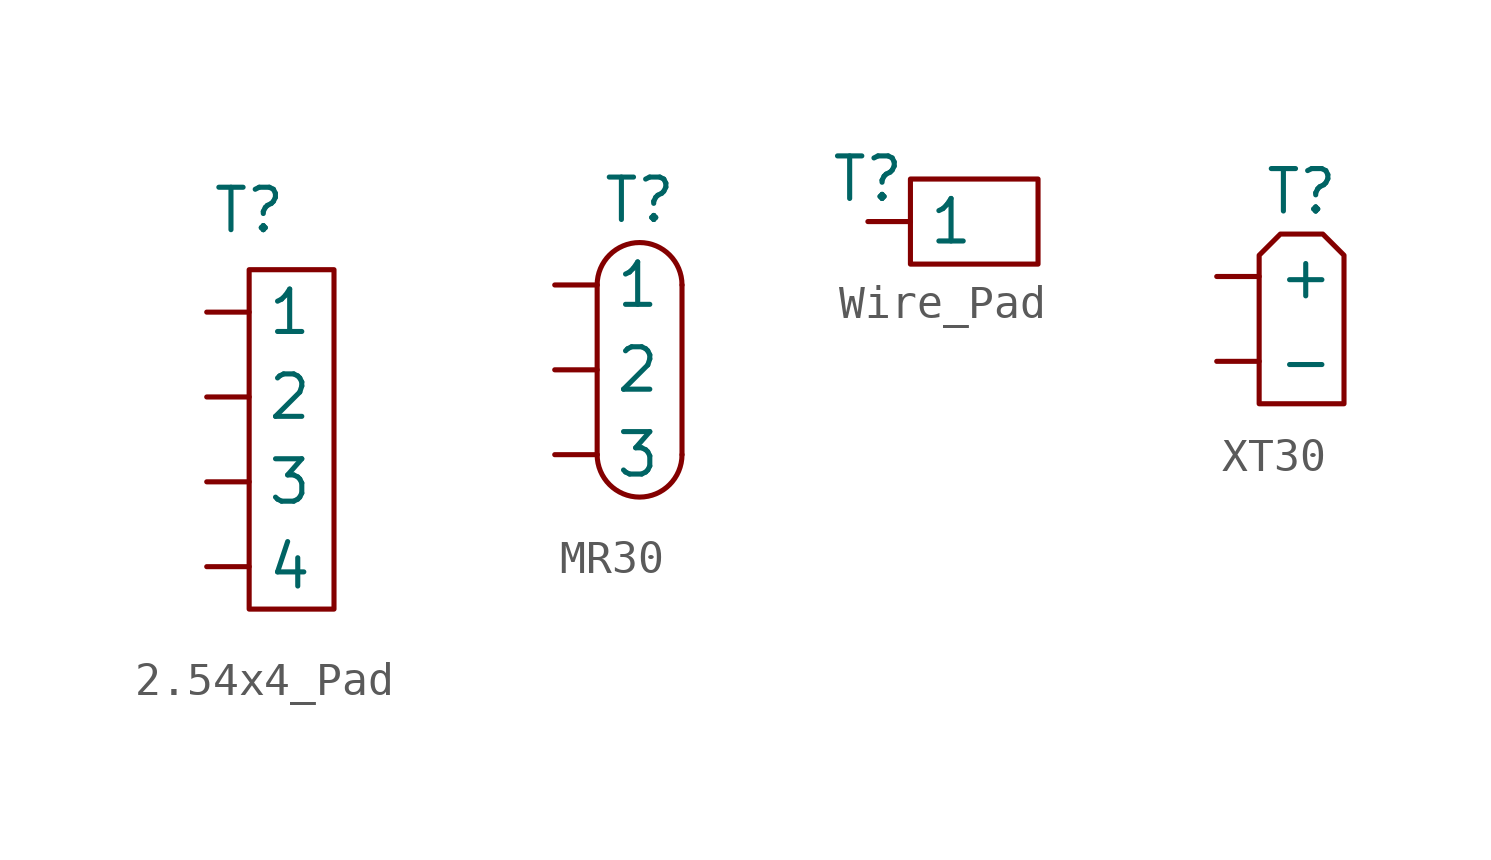
<source format=kicad_sym>
(kicad_symbol_lib
  (version 20241209)
  (generator "kicad_symbol_editor")
  (generator_version "9.0")
  (symbol "2.54x4_Pad"
    (property "Reference" "T"
      (at 0 1.778 0)
      (effects (font (size 1.27 1.27))))
    (property "Value" ""
      (at 0 1.778 0)
      (effects (font (size 1.27 1.27))))
    (symbol "2.54x4_Pad_0_1"
      (rectangle (start 0 0) (end 2.54 -10.16) (stroke (width 0) (type default)) (fill (type none))))
    (symbol "2.54x4_Pad_1_1"
      (pin bidirectional line (at -1.27 -1.27 0) (length 1.27) (name "1" (effects (font (size 1.27 1.27)))) (number "1" (effects (font (size 0 0)))))
      (pin bidirectional line (at -1.27 -3.81 0) (length 1.27) (name "2" (effects (font (size 1.27 1.27)))) (number "2" (effects (font (size 0 0)))))
      (pin bidirectional line (at -1.27 -6.35 0) (length 1.27) (name "3" (effects (font (size 1.27 1.27)))) (number "3" (effects (font (size 0 0)))))
      (pin bidirectional line (at -1.27 -8.89 0) (length 1.27) (name "4" (effects (font (size 1.27 1.27)))) (number "4" (effects (font (size 0 0)))))))
  (symbol "MR30"
    (property "Reference" "T"
      (at 0 0 0)
      (effects (font (size 1.27 1.27))))
    (property "Value" ""
      (at 0 0 0)
      (effects (font (size 1.27 1.27))))
    (symbol "MR30_0_1"
      (polyline (pts (xy -1.27 -2.54) (xy -1.27 -7.62)) (stroke (width 0) (type default)) (fill (type none)))
      (arc (start -1.27 -2.54) (mid 0 -1.27) (end 1.27 -2.54) (stroke (width 0) (type default)) (fill (type none)))
      (arc (start 1.27 -7.62) (mid 0 -8.89) (end -1.27 -7.62) (stroke (width 0) (type default)) (fill (type none)))
      (polyline (pts (xy 1.27 -2.54) (xy 1.27 -7.62)) (stroke (width 0) (type default)) (fill (type none))))
    (symbol "MR30_1_1"
      (pin bidirectional line (at -2.54 -2.54 0) (length 1.27) (name "1" (effects (font (size 1.27 1.27)))) (number "1" (effects (font (size 0 0)))))
      (pin bidirectional line (at -2.54 -5.08 0) (length 1.27) (name "2" (effects (font (size 1.27 1.27)))) (number "2" (effects (font (size 0 0)))))
      (pin bidirectional line (at -2.54 -7.62 0) (length 1.27) (name "3" (effects (font (size 1.27 1.27)))) (number "3" (effects (font (size 0 0)))))))
  (symbol "Wire_Pad"
    (property "Reference" "T"
      (at 0 0 0)
      (effects (font (size 1.27 1.27))))
    (property "Value" ""
      (at 0 0 0)
      (effects (font (size 1.27 1.27))))
    (symbol "Wire_Pad_0_1"
      (rectangle (start 1.27 0) (end 5.08 -2.54) (stroke (width 0) (type default)) (fill (type none))))
    (symbol "Wire_Pad_1_1"
      (pin bidirectional line (at 0 -1.27 0) (length 1.27) (name "1" (effects (font (size 1.27 1.27)))) (number "1" (effects (font (size 0 0)))))))
  (symbol "XT30"
    (property "Reference" "T"
      (at 0 0 0)
      (effects (font (size 1.27 1.27))))
    (property "Value" ""
      (at 0 0 0)
      (effects (font (size 1.27 1.27))))
    (symbol "XT30_0_1"
      (polyline (pts (xy -1.27 -6.35) (xy 1.27 -6.35) (xy 1.27 -1.905) (xy 0.635 -1.27) (xy -0.635 -1.27) (xy -1.27 -1.905) (xy -1.27 -6.35)) (stroke (width 0) (type default)) (fill (type none))))
    (symbol "XT30_1_1"
      (pin bidirectional line (at -2.54 -2.54 0) (length 1.27) (name "+" (effects (font (size 1.27 1.27)))) (number "1" (effects (font (size 0 0)))))
      (pin bidirectional line (at -2.54 -5.08 0) (length 1.27) (name "-" (effects (font (size 1.27 1.27)))) (number "2" (effects (font (size 0 0))))))))
</source>
